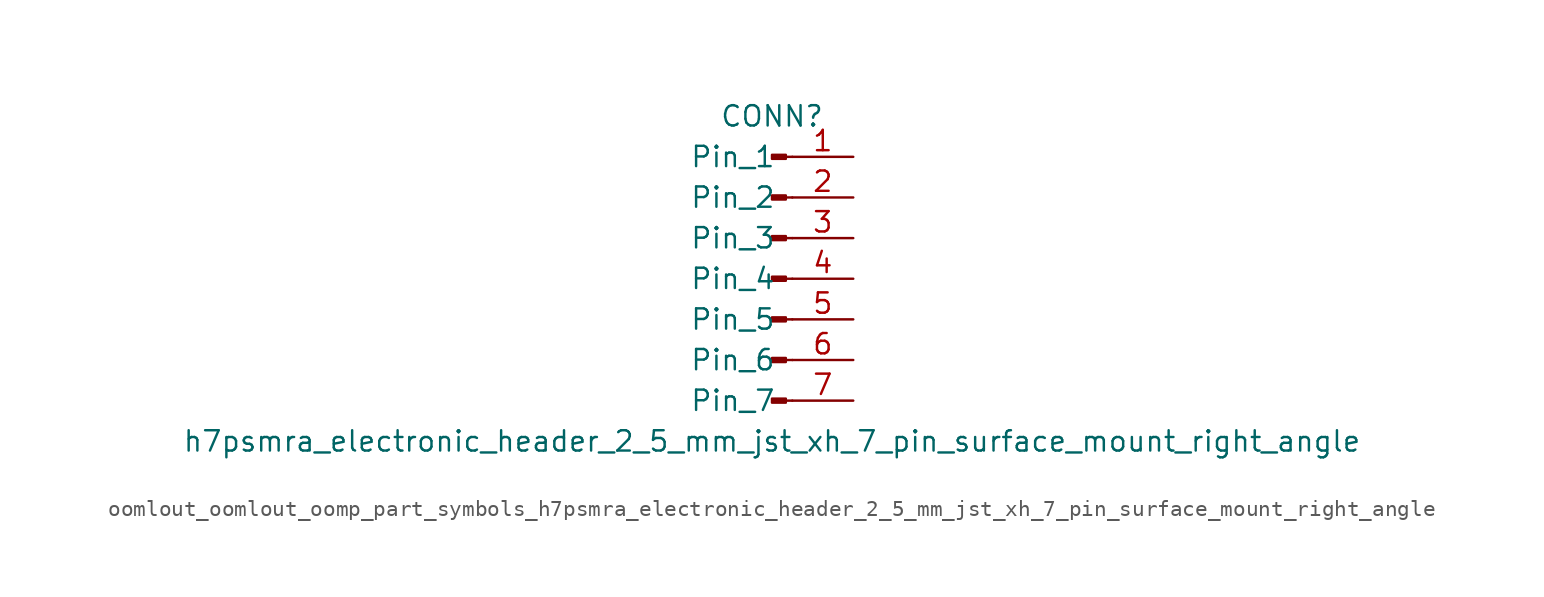
<source format=kicad_sym>
(kicad_symbol_lib
  (version 20220914)
  (generator kicad_symbol_editor)
  (symbol "oomlout_oomlout_oomp_part_symbols_h7psmra_electronic_header_2_5_mm_jst_xh_7_pin_surface_mount_right_angle"
    (pin_names
      (offset 1.016))
    (property "Reference" "CONN"
      (at 0 10.16 0)
      (effects (font (size 1.27 1.27))))
    (property "Value" "h7psmra_electronic_header_2_5_mm_jst_xh_7_pin_surface_mount_right_angle"
      (at 0 -10.16 0)
      (effects (font (size 1.27 1.27))))
    (property "ki_locked" ""
      (at 0 0 0)
      (effects (font (size 1.27 1.27))))
    (symbol "oomlout_oomlout_oomp_part_symbols_h7psmra_electronic_header_2_5_mm_jst_xh_7_pin_surface_mount_right_angle_1_1"
      (polyline (pts (xy 1.27 -7.62) (xy 0.864 -7.62)) (stroke (width 0.152) (type default)) (fill (type none)))
      (polyline (pts (xy 1.27 -5.08) (xy 0.864 -5.08)) (stroke (width 0.152) (type default)) (fill (type none)))
      (polyline (pts (xy 1.27 -2.54) (xy 0.864 -2.54)) (stroke (width 0.152) (type default)) (fill (type none)))
      (polyline (pts (xy 1.27 0) (xy 0.864 0)) (stroke (width 0.152) (type default)) (fill (type none)))
      (polyline (pts (xy 1.27 2.54) (xy 0.864 2.54)) (stroke (width 0.152) (type default)) (fill (type none)))
      (polyline (pts (xy 1.27 5.08) (xy 0.864 5.08)) (stroke (width 0.152) (type default)) (fill (type none)))
      (polyline (pts (xy 1.27 7.62) (xy 0.864 7.62)) (stroke (width 0.152) (type default)) (fill (type none)))
      (rectangle (start 0.864 -7.493) (end 0 -7.747) (stroke (width 0.152) (type default)) (fill (type outline)))
      (rectangle (start 0.864 -4.953) (end 0 -5.207) (stroke (width 0.152) (type default)) (fill (type outline)))
      (rectangle (start 0.864 -2.413) (end 0 -2.667) (stroke (width 0.152) (type default)) (fill (type outline)))
      (rectangle (start 0.864 0.127) (end 0 -0.127) (stroke (width 0.152) (type default)) (fill (type outline)))
      (rectangle (start 0.864 2.667) (end 0 2.413) (stroke (width 0.152) (type default)) (fill (type outline)))
      (rectangle (start 0.864 5.207) (end 0 4.953) (stroke (width 0.152) (type default)) (fill (type outline)))
      (rectangle (start 0.864 7.747) (end 0 7.493) (stroke (width 0.152) (type default)) (fill (type outline)))
      (pin passive line (at 5.08 7.62 180) (length 3.81) (name "Pin_1" (effects (font (size 1.27 1.27)))) (number "1" (effects (font (size 1.27 1.27)))))
      (pin passive line (at 5.08 5.08 180) (length 3.81) (name "Pin_2" (effects (font (size 1.27 1.27)))) (number "2" (effects (font (size 1.27 1.27)))))
      (pin passive line (at 5.08 2.54 180) (length 3.81) (name "Pin_3" (effects (font (size 1.27 1.27)))) (number "3" (effects (font (size 1.27 1.27)))))
      (pin passive line (at 5.08 0 180) (length 3.81) (name "Pin_4" (effects (font (size 1.27 1.27)))) (number "4" (effects (font (size 1.27 1.27)))))
      (pin passive line (at 5.08 -2.54 180) (length 3.81) (name "Pin_5" (effects (font (size 1.27 1.27)))) (number "5" (effects (font (size 1.27 1.27)))))
      (pin passive line (at 5.08 -5.08 180) (length 3.81) (name "Pin_6" (effects (font (size 1.27 1.27)))) (number "6" (effects (font (size 1.27 1.27)))))
      (pin passive line (at 5.08 -7.62 180) (length 3.81) (name "Pin_7" (effects (font (size 1.27 1.27)))) (number "7" (effects (font (size 1.27 1.27))))))))
</source>
